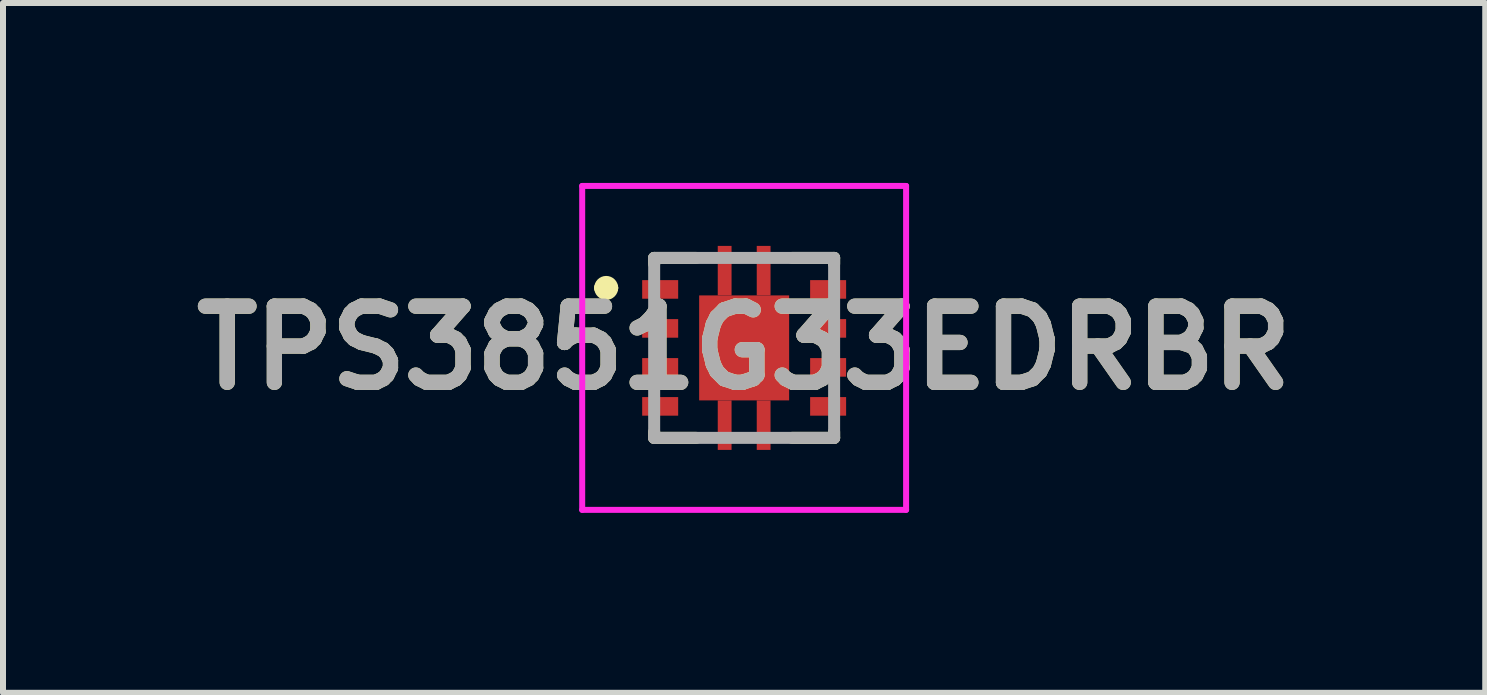
<source format=kicad_pcb>
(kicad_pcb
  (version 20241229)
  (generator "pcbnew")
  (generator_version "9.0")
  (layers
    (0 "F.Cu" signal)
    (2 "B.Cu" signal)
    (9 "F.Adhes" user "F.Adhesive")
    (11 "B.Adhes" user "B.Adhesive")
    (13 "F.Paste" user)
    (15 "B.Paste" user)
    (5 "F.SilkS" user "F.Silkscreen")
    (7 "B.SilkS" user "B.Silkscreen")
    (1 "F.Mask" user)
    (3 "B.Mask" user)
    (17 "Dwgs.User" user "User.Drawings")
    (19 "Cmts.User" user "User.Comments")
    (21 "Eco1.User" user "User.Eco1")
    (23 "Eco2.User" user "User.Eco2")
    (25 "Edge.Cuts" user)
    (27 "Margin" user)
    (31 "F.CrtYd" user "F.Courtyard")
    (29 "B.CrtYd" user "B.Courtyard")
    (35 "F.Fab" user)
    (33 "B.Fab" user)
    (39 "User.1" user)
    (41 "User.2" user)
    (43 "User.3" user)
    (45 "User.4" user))
  (footprint "TPS3851G33EDRBR"
    (layer "F.Cu")
    (at 9.356 2.75)
    (property "Reference" "TPS3851G33EDRBR" (at 0 0 0) (layer "F.SilkS") (effects (font (size 1.27 1.27) (thickness 0.254))))
    (attr smd)
    (fp_line (start -2.4 -1) (end -2.4 -1) (stroke (width 0.2) (type solid)) (layer "F.SilkS"))
    (fp_line (start -2.2 -1) (end -2.2 -1) (stroke (width 0.2) (type solid)) (layer "F.SilkS"))
    (fp_line (start -1.5 -1.5) (end -1.5 -1.4) (stroke (width 0.2) (type solid)) (layer "F.SilkS"))
    (fp_line (start -1.5 1.5) (end -1.5 1.4) (stroke (width 0.2) (type solid)) (layer "F.SilkS"))
    (fp_line (start -0.8 -1.5) (end -1.5 -1.5) (stroke (width 0.2) (type solid)) (layer "F.SilkS"))
    (fp_line (start -0.8 1.5) (end -1.5 1.5) (stroke (width 0.2) (type solid)) (layer "F.SilkS"))
    (fp_line (start 0.8 -1.5) (end 1.5 -1.5) (stroke (width 0.2) (type solid)) (layer "F.SilkS"))
    (fp_line (start 0.8 1.5) (end 1.5 1.5) (stroke (width 0.2) (type solid)) (layer "F.SilkS"))
    (fp_line (start 1.5 -1.5) (end 1.5 -1.4) (stroke (width 0.2) (type solid)) (layer "F.SilkS"))
    (fp_line (start 1.5 1.5) (end 1.5 1.4) (stroke (width 0.2) (type solid)) (layer "F.SilkS"))
    (fp_arc (start -2.4 -1) (mid -2.3 -1.1) (end -2.2 -1) (stroke (width 0.2) (type solid)) (layer "F.SilkS"))
    (fp_arc (start -2.2 -1) (mid -2.3 -0.9) (end -2.4 -1) (stroke (width 0.2) (type solid)) (layer "F.SilkS"))
    (fp_line (start -2.7 -2.7) (end 2.7 -2.7) (stroke (width 0.1) (type solid)) (layer "F.CrtYd"))
    (fp_line (start -2.7 2.7) (end -2.7 -2.7) (stroke (width 0.1) (type solid)) (layer "F.CrtYd"))
    (fp_line (start 2.7 -2.7) (end 2.7 2.7) (stroke (width 0.1) (type solid)) (layer "F.CrtYd"))
    (fp_line (start 2.7 2.7) (end -2.7 2.7) (stroke (width 0.1) (type solid)) (layer "F.CrtYd"))
    (fp_line (start -1.5 -1.5) (end 1.5 -1.5) (stroke (width 0.2) (type solid)) (layer "F.Fab"))
    (fp_line (start -1.5 1.5) (end -1.5 -1.5) (stroke (width 0.2) (type solid)) (layer "F.Fab"))
    (fp_line (start 1.5 -1.5) (end 1.5 1.5) (stroke (width 0.2) (type solid)) (layer "F.Fab"))
    (fp_line (start 1.5 1.5) (end -1.5 1.5) (stroke (width 0.2) (type solid)) (layer "F.Fab"))
    (fp_text user "${REFERENCE}" (at 0 0 0) (layer "F.Fab") (effects (font (size 1.27 1.27) (thickness 0.254))))
    (pad "1" smd rect (at -1.4 -0.975 90) (size 0.31 0.6) (layers "F.Cu" "F.Mask" "F.Paste"))
    (pad "2" smd rect (at -1.4 -0.325 90) (size 0.31 0.6) (layers "F.Cu" "F.Mask" "F.Paste"))
    (pad "3" smd rect (at -1.4 0.325 90) (size 0.31 0.6) (layers "F.Cu" "F.Mask" "F.Paste"))
    (pad "4" smd rect (at -1.4 0.975 90) (size 0.31 0.6) (layers "F.Cu" "F.Mask" "F.Paste"))
    (pad "5" smd rect (at 1.4 0.975 90) (size 0.31 0.6) (layers "F.Cu" "F.Mask" "F.Paste"))
    (pad "6" smd rect (at 1.4 0.325 90) (size 0.31 0.6) (layers "F.Cu" "F.Mask" "F.Paste"))
    (pad "7" smd rect (at 1.4 -0.325 90) (size 0.31 0.6) (layers "F.Cu" "F.Mask" "F.Paste"))
    (pad "8" smd rect (at 1.4 -0.975 90) (size 0.31 0.6) (layers "F.Cu" "F.Mask" "F.Paste"))
    (pad "9" smd rect (at 0 0) (size 1.5 1.75) (layers "F.Cu" "F.Mask" "F.Paste"))
    (pad "10" smd rect (at -0.325 1.288) (size 0.23 0.825) (layers "F.Cu" "F.Mask" "F.Paste"))
    (pad "11" smd rect (at 0.325 1.288) (size 0.23 0.825) (layers "F.Cu" "F.Mask" "F.Paste"))
    (pad "12" smd rect (at 0.325 -1.288) (size 0.23 0.825) (layers "F.Cu" "F.Mask" "F.Paste"))
    (pad "13" smd rect (at -0.325 -1.288) (size 0.23 0.825) (layers "F.Cu" "F.Mask" "F.Paste")))
  (gr_rect
    (start -3 -3)
    (end 21.711 8.5)
    (stroke (width 0.1) (type default))
    (fill no)
    (layer "Edge.Cuts")))
</source>
